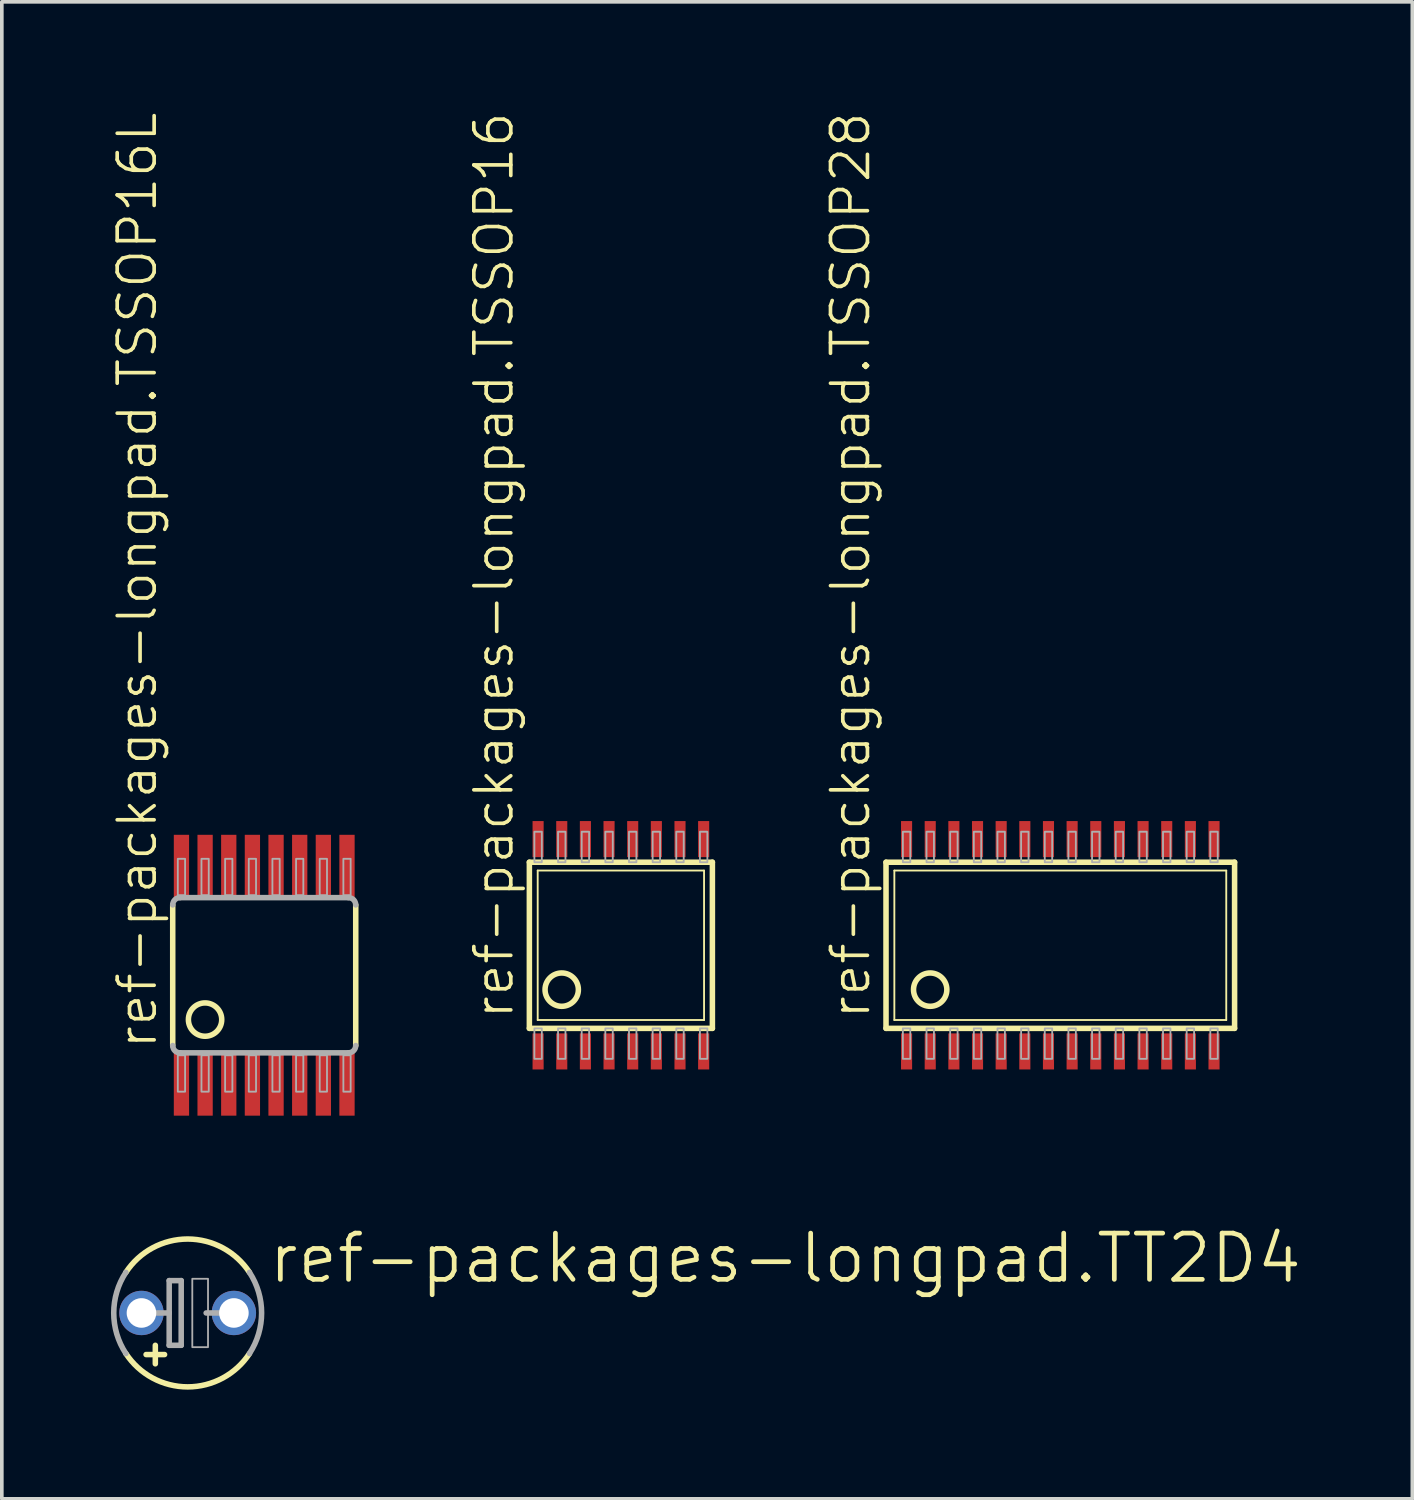
<source format=kicad_pcb>
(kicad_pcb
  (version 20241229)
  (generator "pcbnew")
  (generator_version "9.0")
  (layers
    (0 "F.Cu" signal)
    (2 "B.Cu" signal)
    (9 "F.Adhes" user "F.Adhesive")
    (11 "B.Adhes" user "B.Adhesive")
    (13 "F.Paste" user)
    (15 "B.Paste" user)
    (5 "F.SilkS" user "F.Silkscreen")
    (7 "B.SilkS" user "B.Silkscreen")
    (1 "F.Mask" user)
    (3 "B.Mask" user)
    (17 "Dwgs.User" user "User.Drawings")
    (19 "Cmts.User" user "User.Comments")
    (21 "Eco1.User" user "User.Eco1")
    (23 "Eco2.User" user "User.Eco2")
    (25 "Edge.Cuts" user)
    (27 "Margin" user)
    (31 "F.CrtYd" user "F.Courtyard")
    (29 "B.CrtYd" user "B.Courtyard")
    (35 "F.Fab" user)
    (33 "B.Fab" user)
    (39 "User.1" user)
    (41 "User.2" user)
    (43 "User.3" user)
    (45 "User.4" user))
  (footprint "ref-packages-longpad.TT2D4"
    (layer "F.Cu")
    (at 2.108 33.035)
    (property "Reference" "ref-packages-longpad.TT2D4" (at 2.159 -0.762 0) (layer "F.SilkS") (effects (font (size 1.27 1.27) (thickness 0.13)) (justify left bottom)))
    (attr through_hole)
    (fp_line (start -0.889 1.397) (end -0.889 0.889) (stroke (width 0.152) (type default)) (layer "F.SilkS"))
    (fp_line (start -0.635 1.143) (end -1.143 1.143) (stroke (width 0.152) (type default)) (layer "F.SilkS"))
    (fp_arc (start -1.6985 -1.1153) (mid 0 -2.031944) (end 1.6985 -1.1153) (stroke (width 0.1524) (type default)) (layer "F.SilkS"))
    (fp_arc (start 1.6985 1.1153) (mid 0 2.031944) (end -1.6985 1.1153) (stroke (width 0.1524) (type default)) (layer "F.SilkS"))
    (fp_line (start -1.016 0) (end -0.508 0) (stroke (width 0.152) (type default)) (layer "F.Fab"))
    (fp_line (start -0.508 -0.889) (end -0.508 0) (stroke (width 0.152) (type default)) (layer "F.Fab"))
    (fp_line (start -0.508 0) (end -0.508 0.889) (stroke (width 0.152) (type default)) (layer "F.Fab"))
    (fp_line (start -0.508 0.889) (end -0.178 0.889) (stroke (width 0.152) (type default)) (layer "F.Fab"))
    (fp_line (start -0.178 -0.889) (end -0.508 -0.889) (stroke (width 0.152) (type default)) (layer "F.Fab"))
    (fp_line (start -0.178 0.889) (end -0.178 -0.889) (stroke (width 0.152) (type default)) (layer "F.Fab"))
    (fp_line (start 0.508 0) (end 1.016 0) (stroke (width 0.152) (type default)) (layer "F.Fab"))
    (fp_rect (start 0.127 0.94) (end 0.559 -0.94) (stroke (width 0.05) (type default)) (fill no) (layer "F.Fab"))
    (fp_arc (start -1.6985 1.1153) (mid -2.031944 0) (end -1.6985 -1.1153) (stroke (width 0.1524) (type default)) (layer "F.Fab"))
    (fp_arc (start 1.6985 -1.1153) (mid 2.031944 0) (end 1.6985 1.1153) (stroke (width 0.1524) (type default)) (layer "F.Fab"))
    (pad "+" thru_hole circle (at -1.27 0) (size 1.219 1.219) (drill 0.813) (layers "*.Cu" "*.Mask"))
    (pad "-" thru_hole circle (at 1.27 0) (size 1.219 1.219) (drill 0.813) (layers "*.Cu" "*.Mask")))
  (footprint "ref-packages-longpad.TSSOP28"
    (layer "F.Cu")
    (at 26.091 22.93)
    (property "Reference" "ref-packages-longpad.TSSOP28" (at -5.171 2.083 90) (layer "F.SilkS") (effects (font (size 1.016 1.016) (thickness 0.1)) (justify left bottom)))
    (attr smd)
    (fp_line (start -4.79 2.283) (end -4.79 -2.283) (stroke (width 0.152) (type default)) (layer "F.SilkS"))
    (fp_line (start -4.79 2.283) (end 4.79 2.283) (stroke (width 0.152) (type default)) (layer "F.SilkS"))
    (fp_line (start -4.561 2.054) (end -4.561 -2.054) (stroke (width 0.051) (type default)) (layer "F.SilkS"))
    (fp_line (start -4.561 2.054) (end 4.561 2.054) (stroke (width 0.051) (type default)) (layer "F.SilkS"))
    (fp_line (start 4.561 -2.054) (end -4.561 -2.054) (stroke (width 0.051) (type default)) (layer "F.SilkS"))
    (fp_line (start 4.561 -2.054) (end 4.561 2.054) (stroke (width 0.051) (type default)) (layer "F.SilkS"))
    (fp_line (start 4.79 -2.283) (end -4.79 -2.283) (stroke (width 0.152) (type default)) (layer "F.SilkS"))
    (fp_line (start 4.79 -2.283) (end 4.79 2.283) (stroke (width 0.152) (type default)) (layer "F.SilkS"))
    (fp_circle (center -3.576 1.219) (end -3.118 1.219) (stroke (width 0.152) (type default)) (fill no) (layer "F.SilkS"))
    (fp_rect (start -4.327 -2.283) (end -4.123 -3.121) (stroke (width 0.05) (type default)) (fill no) (layer "F.Fab"))
    (fp_rect (start -4.327 3.121) (end -4.123 2.283) (stroke (width 0.05) (type default)) (fill no) (layer "F.Fab"))
    (fp_rect (start -3.677 -2.283) (end -3.473 -3.121) (stroke (width 0.05) (type default)) (fill no) (layer "F.Fab"))
    (fp_rect (start -3.677 3.121) (end -3.473 2.283) (stroke (width 0.05) (type default)) (fill no) (layer "F.Fab"))
    (fp_rect (start -3.027 -2.283) (end -2.823 -3.121) (stroke (width 0.05) (type default)) (fill no) (layer "F.Fab"))
    (fp_rect (start -3.027 3.121) (end -2.823 2.283) (stroke (width 0.05) (type default)) (fill no) (layer "F.Fab"))
    (fp_rect (start -2.377 -2.283) (end -2.173 -3.121) (stroke (width 0.05) (type default)) (fill no) (layer "F.Fab"))
    (fp_rect (start -2.377 3.121) (end -2.173 2.283) (stroke (width 0.05) (type default)) (fill no) (layer "F.Fab"))
    (fp_rect (start -1.727 -2.283) (end -1.523 -3.121) (stroke (width 0.05) (type default)) (fill no) (layer "F.Fab"))
    (fp_rect (start -1.727 3.121) (end -1.523 2.283) (stroke (width 0.05) (type default)) (fill no) (layer "F.Fab"))
    (fp_rect (start -1.077 -2.283) (end -0.873 -3.121) (stroke (width 0.05) (type default)) (fill no) (layer "F.Fab"))
    (fp_rect (start -1.077 3.121) (end -0.873 2.283) (stroke (width 0.05) (type default)) (fill no) (layer "F.Fab"))
    (fp_rect (start -0.427 -2.283) (end -0.223 -3.121) (stroke (width 0.05) (type default)) (fill no) (layer "F.Fab"))
    (fp_rect (start -0.427 3.121) (end -0.223 2.283) (stroke (width 0.05) (type default)) (fill no) (layer "F.Fab"))
    (fp_rect (start 0.223 -2.283) (end 0.427 -3.121) (stroke (width 0.05) (type default)) (fill no) (layer "F.Fab"))
    (fp_rect (start 0.223 3.121) (end 0.427 2.283) (stroke (width 0.05) (type default)) (fill no) (layer "F.Fab"))
    (fp_rect (start 0.873 -2.283) (end 1.077 -3.121) (stroke (width 0.05) (type default)) (fill no) (layer "F.Fab"))
    (fp_rect (start 0.873 3.121) (end 1.077 2.283) (stroke (width 0.05) (type default)) (fill no) (layer "F.Fab"))
    (fp_rect (start 1.523 -2.283) (end 1.727 -3.121) (stroke (width 0.05) (type default)) (fill no) (layer "F.Fab"))
    (fp_rect (start 1.523 3.121) (end 1.727 2.283) (stroke (width 0.05) (type default)) (fill no) (layer "F.Fab"))
    (fp_rect (start 2.173 -2.283) (end 2.377 -3.121) (stroke (width 0.05) (type default)) (fill no) (layer "F.Fab"))
    (fp_rect (start 2.173 3.121) (end 2.377 2.283) (stroke (width 0.05) (type default)) (fill no) (layer "F.Fab"))
    (fp_rect (start 2.823 -2.283) (end 3.027 -3.121) (stroke (width 0.05) (type default)) (fill no) (layer "F.Fab"))
    (fp_rect (start 2.823 3.121) (end 3.027 2.283) (stroke (width 0.05) (type default)) (fill no) (layer "F.Fab"))
    (fp_rect (start 3.473 -2.283) (end 3.677 -3.121) (stroke (width 0.05) (type default)) (fill no) (layer "F.Fab"))
    (fp_rect (start 3.473 3.121) (end 3.677 2.283) (stroke (width 0.05) (type default)) (fill no) (layer "F.Fab"))
    (fp_rect (start 4.123 -2.283) (end 4.327 -3.121) (stroke (width 0.05) (type default)) (fill no) (layer "F.Fab"))
    (fp_rect (start 4.123 3.121) (end 4.327 2.283) (stroke (width 0.05) (type default)) (fill no) (layer "F.Fab"))
    (pad "1" smd roundrect (at -4.225 2.918) (size 0.305 0.991) (layers "F.Cu" "F.Mask" "F.Paste") (roundrect_rratio 0.01))
    (pad "2" smd roundrect (at -3.575 2.918) (size 0.305 0.991) (layers "F.Cu" "F.Mask" "F.Paste") (roundrect_rratio 0.01))
    (pad "3" smd roundrect (at -2.925 2.918) (size 0.305 0.991) (layers "F.Cu" "F.Mask" "F.Paste") (roundrect_rratio 0.01))
    (pad "4" smd roundrect (at -2.275 2.918) (size 0.305 0.991) (layers "F.Cu" "F.Mask" "F.Paste") (roundrect_rratio 0.01))
    (pad "5" smd roundrect (at -1.625 2.918) (size 0.305 0.991) (layers "F.Cu" "F.Mask" "F.Paste") (roundrect_rratio 0.01))
    (pad "6" smd roundrect (at -0.975 2.918) (size 0.305 0.991) (layers "F.Cu" "F.Mask" "F.Paste") (roundrect_rratio 0.01))
    (pad "7" smd roundrect (at -0.325 2.918) (size 0.305 0.991) (layers "F.Cu" "F.Mask" "F.Paste") (roundrect_rratio 0.01))
    (pad "8" smd roundrect (at 0.325 2.918) (size 0.305 0.991) (layers "F.Cu" "F.Mask" "F.Paste") (roundrect_rratio 0.01))
    (pad "9" smd roundrect (at 0.975 2.918) (size 0.305 0.991) (layers "F.Cu" "F.Mask" "F.Paste") (roundrect_rratio 0.01))
    (pad "10" smd roundrect (at 1.625 2.918) (size 0.305 0.991) (layers "F.Cu" "F.Mask" "F.Paste") (roundrect_rratio 0.01))
    (pad "11" smd roundrect (at 2.275 2.918) (size 0.305 0.991) (layers "F.Cu" "F.Mask" "F.Paste") (roundrect_rratio 0.01))
    (pad "12" smd roundrect (at 2.925 2.918) (size 0.305 0.991) (layers "F.Cu" "F.Mask" "F.Paste") (roundrect_rratio 0.01))
    (pad "13" smd roundrect (at 3.575 2.918) (size 0.305 0.991) (layers "F.Cu" "F.Mask" "F.Paste") (roundrect_rratio 0.01))
    (pad "14" smd roundrect (at 4.225 2.918) (size 0.305 0.991) (layers "F.Cu" "F.Mask" "F.Paste") (roundrect_rratio 0.01))
    (pad "15" smd roundrect (at 4.225 -2.918) (size 0.305 0.991) (layers "F.Cu" "F.Mask" "F.Paste") (roundrect_rratio 0.01))
    (pad "16" smd roundrect (at 3.575 -2.918) (size 0.305 0.991) (layers "F.Cu" "F.Mask" "F.Paste") (roundrect_rratio 0.01))
    (pad "17" smd roundrect (at 2.925 -2.918) (size 0.305 0.991) (layers "F.Cu" "F.Mask" "F.Paste") (roundrect_rratio 0.01))
    (pad "18" smd roundrect (at 2.275 -2.918) (size 0.305 0.991) (layers "F.Cu" "F.Mask" "F.Paste") (roundrect_rratio 0.01))
    (pad "19" smd roundrect (at 1.625 -2.918) (size 0.305 0.991) (layers "F.Cu" "F.Mask" "F.Paste") (roundrect_rratio 0.01))
    (pad "20" smd roundrect (at 0.975 -2.918) (size 0.305 0.991) (layers "F.Cu" "F.Mask" "F.Paste") (roundrect_rratio 0.01))
    (pad "21" smd roundrect (at 0.325 -2.918) (size 0.305 0.991) (layers "F.Cu" "F.Mask" "F.Paste") (roundrect_rratio 0.01))
    (pad "22" smd roundrect (at -0.325 -2.918) (size 0.305 0.991) (layers "F.Cu" "F.Mask" "F.Paste") (roundrect_rratio 0.01))
    (pad "23" smd roundrect (at -0.975 -2.918) (size 0.305 0.991) (layers "F.Cu" "F.Mask" "F.Paste") (roundrect_rratio 0.01))
    (pad "24" smd roundrect (at -1.625 -2.918) (size 0.305 0.991) (layers "F.Cu" "F.Mask" "F.Paste") (roundrect_rratio 0.01))
    (pad "25" smd roundrect (at -2.275 -2.918) (size 0.305 0.991) (layers "F.Cu" "F.Mask" "F.Paste") (roundrect_rratio 0.01))
    (pad "26" smd roundrect (at -2.925 -2.918) (size 0.305 0.991) (layers "F.Cu" "F.Mask" "F.Paste") (roundrect_rratio 0.01))
    (pad "27" smd roundrect (at -3.575 -2.918) (size 0.305 0.991) (layers "F.Cu" "F.Mask" "F.Paste") (roundrect_rratio 0.01))
    (pad "28" smd roundrect (at -4.225 -2.918) (size 0.305 0.991) (layers "F.Cu" "F.Mask" "F.Paste") (roundrect_rratio 0.01)))
  (footprint "ref-packages-longpad.TSSOP16L"
    (layer "F.Cu")
    (at 4.212 23.753)
    (property "Reference" "ref-packages-longpad.TSSOP16L" (at -2.896 2.083 90) (layer "F.SilkS") (effects (font (size 1.016 1.016) (thickness 0.1)) (justify left bottom)))
    (attr smd)
    (fp_line (start -2.515 1.933) (end -2.515 -1.933) (stroke (width 0.152) (type default)) (layer "F.SilkS"))
    (fp_line (start 2.515 -1.933) (end 2.515 1.933) (stroke (width 0.152) (type default)) (layer "F.SilkS"))
    (fp_circle (center -1.626 1.219) (end -1.168 1.219) (stroke (width 0.152) (type default)) (fill no) (layer "F.SilkS"))
    (fp_line (start -2.315 -2.133) (end 2.315 -2.133) (stroke (width 0.152) (type default)) (layer "F.Fab"))
    (fp_line (start 2.315 2.133) (end -2.315 2.133) (stroke (width 0.152) (type default)) (layer "F.Fab"))
    (fp_rect (start -2.375 -2.2) (end -2.175 -3.2) (stroke (width 0.05) (type default)) (fill no) (layer "F.Fab"))
    (fp_rect (start -2.375 3.2) (end -2.175 2.2) (stroke (width 0.05) (type default)) (fill no) (layer "F.Fab"))
    (fp_rect (start -1.725 -2.2) (end -1.525 -3.2) (stroke (width 0.05) (type default)) (fill no) (layer "F.Fab"))
    (fp_rect (start -1.725 3.2) (end -1.525 2.2) (stroke (width 0.05) (type default)) (fill no) (layer "F.Fab"))
    (fp_rect (start -1.075 -2.2) (end -0.875 -3.2) (stroke (width 0.05) (type default)) (fill no) (layer "F.Fab"))
    (fp_rect (start -1.075 3.2) (end -0.875 2.2) (stroke (width 0.05) (type default)) (fill no) (layer "F.Fab"))
    (fp_rect (start -0.425 -2.2) (end -0.225 -3.2) (stroke (width 0.05) (type default)) (fill no) (layer "F.Fab"))
    (fp_rect (start -0.425 3.2) (end -0.225 2.2) (stroke (width 0.05) (type default)) (fill no) (layer "F.Fab"))
    (fp_rect (start 0.225 -2.2) (end 0.425 -3.2) (stroke (width 0.05) (type default)) (fill no) (layer "F.Fab"))
    (fp_rect (start 0.225 3.2) (end 0.425 2.2) (stroke (width 0.05) (type default)) (fill no) (layer "F.Fab"))
    (fp_rect (start 0.875 -2.2) (end 1.075 -3.2) (stroke (width 0.05) (type default)) (fill no) (layer "F.Fab"))
    (fp_rect (start 0.875 3.2) (end 1.075 2.2) (stroke (width 0.05) (type default)) (fill no) (layer "F.Fab"))
    (fp_rect (start 1.525 -2.2) (end 1.725 -3.2) (stroke (width 0.05) (type default)) (fill no) (layer "F.Fab"))
    (fp_rect (start 1.525 3.2) (end 1.725 2.2) (stroke (width 0.05) (type default)) (fill no) (layer "F.Fab"))
    (fp_rect (start 2.175 -2.2) (end 2.375 -3.2) (stroke (width 0.05) (type default)) (fill no) (layer "F.Fab"))
    (fp_rect (start 2.175 3.2) (end 2.375 2.2) (stroke (width 0.05) (type default)) (fill no) (layer "F.Fab"))
    (fp_arc (start -2.5146 -1.9328) (mid -2.456021 -2.074221) (end -2.3146 -2.1328) (stroke (width 0.1524) (type default)) (layer "F.Fab"))
    (fp_arc (start -2.3146 2.1328) (mid -2.456021 2.074221) (end -2.5146 1.9328) (stroke (width 0.1524) (type default)) (layer "F.Fab"))
    (fp_arc (start 2.3146 -2.1328) (mid 2.456021 -2.074221) (end 2.5146 -1.9328) (stroke (width 0.1524) (type default)) (layer "F.Fab"))
    (fp_arc (start 2.5146 1.9328) (mid 2.456021 2.074221) (end 2.3146 2.1328) (stroke (width 0.1524) (type default)) (layer "F.Fab"))
    (pad "1" smd roundrect (at -2.275 2.97) (size 0.42 1.78) (layers "F.Cu" "F.Mask" "F.Paste") (roundrect_rratio 0.01))
    (pad "2" smd roundrect (at -1.625 2.97) (size 0.42 1.78) (layers "F.Cu" "F.Mask" "F.Paste") (roundrect_rratio 0.01))
    (pad "3" smd roundrect (at -0.975 2.97) (size 0.42 1.78) (layers "F.Cu" "F.Mask" "F.Paste") (roundrect_rratio 0.01))
    (pad "4" smd roundrect (at -0.325 2.97) (size 0.42 1.78) (layers "F.Cu" "F.Mask" "F.Paste") (roundrect_rratio 0.01))
    (pad "5" smd roundrect (at 0.325 2.97) (size 0.42 1.78) (layers "F.Cu" "F.Mask" "F.Paste") (roundrect_rratio 0.01))
    (pad "6" smd roundrect (at 0.975 2.97) (size 0.42 1.78) (layers "F.Cu" "F.Mask" "F.Paste") (roundrect_rratio 0.01))
    (pad "7" smd roundrect (at 1.625 2.97) (size 0.42 1.78) (layers "F.Cu" "F.Mask" "F.Paste") (roundrect_rratio 0.01))
    (pad "8" smd roundrect (at 2.275 2.97) (size 0.42 1.78) (layers "F.Cu" "F.Mask" "F.Paste") (roundrect_rratio 0.01))
    (pad "9" smd roundrect (at 2.275 -2.97 180) (size 0.42 1.78) (layers "F.Cu" "F.Mask" "F.Paste") (roundrect_rratio 0.01))
    (pad "10" smd roundrect (at 1.625 -2.97 180) (size 0.42 1.78) (layers "F.Cu" "F.Mask" "F.Paste") (roundrect_rratio 0.01))
    (pad "11" smd roundrect (at 0.975 -2.97 180) (size 0.42 1.78) (layers "F.Cu" "F.Mask" "F.Paste") (roundrect_rratio 0.01))
    (pad "12" smd roundrect (at 0.325 -2.97 180) (size 0.42 1.78) (layers "F.Cu" "F.Mask" "F.Paste") (roundrect_rratio 0.01))
    (pad "13" smd roundrect (at -0.325 -2.97 180) (size 0.42 1.78) (layers "F.Cu" "F.Mask" "F.Paste") (roundrect_rratio 0.01))
    (pad "14" smd roundrect (at -0.975 -2.97 180) (size 0.42 1.78) (layers "F.Cu" "F.Mask" "F.Paste") (roundrect_rratio 0.01))
    (pad "15" smd roundrect (at -1.625 -2.97 180) (size 0.42 1.78) (layers "F.Cu" "F.Mask" "F.Paste") (roundrect_rratio 0.01))
    (pad "16" smd roundrect (at -2.275 -2.97 180) (size 0.42 1.78) (layers "F.Cu" "F.Mask" "F.Paste") (roundrect_rratio 0.01)))
  (footprint "ref-packages-longpad.TSSOP16"
    (layer "F.Cu")
    (at 14.014 22.93)
    (property "Reference" "ref-packages-longpad.TSSOP16" (at -2.896 2.083 90) (layer "F.SilkS") (effects (font (size 1.016 1.016) (thickness 0.1)) (justify left bottom)))
    (attr smd)
    (fp_line (start -2.515 2.283) (end -2.515 -2.283) (stroke (width 0.152) (type default)) (layer "F.SilkS"))
    (fp_line (start -2.515 2.283) (end 2.515 2.283) (stroke (width 0.152) (type default)) (layer "F.SilkS"))
    (fp_line (start -2.286 2.054) (end -2.286 -2.054) (stroke (width 0.051) (type default)) (layer "F.SilkS"))
    (fp_line (start -2.286 2.054) (end 2.286 2.054) (stroke (width 0.051) (type default)) (layer "F.SilkS"))
    (fp_line (start 2.286 -2.054) (end -2.286 -2.054) (stroke (width 0.051) (type default)) (layer "F.SilkS"))
    (fp_line (start 2.286 -2.054) (end 2.286 2.054) (stroke (width 0.051) (type default)) (layer "F.SilkS"))
    (fp_line (start 2.515 -2.283) (end -2.515 -2.283) (stroke (width 0.152) (type default)) (layer "F.SilkS"))
    (fp_line (start 2.515 -2.283) (end 2.515 2.283) (stroke (width 0.152) (type default)) (layer "F.SilkS"))
    (fp_circle (center -1.626 1.219) (end -1.168 1.219) (stroke (width 0.152) (type default)) (fill no) (layer "F.SilkS"))
    (fp_rect (start -2.377 -2.283) (end -2.173 -3.121) (stroke (width 0.05) (type default)) (fill no) (layer "F.Fab"))
    (fp_rect (start -2.377 3.121) (end -2.173 2.283) (stroke (width 0.05) (type default)) (fill no) (layer "F.Fab"))
    (fp_rect (start -1.727 -2.283) (end -1.523 -3.121) (stroke (width 0.05) (type default)) (fill no) (layer "F.Fab"))
    (fp_rect (start -1.727 3.121) (end -1.523 2.283) (stroke (width 0.05) (type default)) (fill no) (layer "F.Fab"))
    (fp_rect (start -1.077 -2.283) (end -0.873 -3.121) (stroke (width 0.05) (type default)) (fill no) (layer "F.Fab"))
    (fp_rect (start -1.077 3.121) (end -0.873 2.283) (stroke (width 0.05) (type default)) (fill no) (layer "F.Fab"))
    (fp_rect (start -0.427 -2.283) (end -0.223 -3.121) (stroke (width 0.05) (type default)) (fill no) (layer "F.Fab"))
    (fp_rect (start -0.427 3.121) (end -0.223 2.283) (stroke (width 0.05) (type default)) (fill no) (layer "F.Fab"))
    (fp_rect (start 0.223 -2.283) (end 0.427 -3.121) (stroke (width 0.05) (type default)) (fill no) (layer "F.Fab"))
    (fp_rect (start 0.223 3.121) (end 0.427 2.283) (stroke (width 0.05) (type default)) (fill no) (layer "F.Fab"))
    (fp_rect (start 0.873 -2.283) (end 1.077 -3.121) (stroke (width 0.05) (type default)) (fill no) (layer "F.Fab"))
    (fp_rect (start 0.873 3.121) (end 1.077 2.283) (stroke (width 0.05) (type default)) (fill no) (layer "F.Fab"))
    (fp_rect (start 1.523 -2.283) (end 1.727 -3.121) (stroke (width 0.05) (type default)) (fill no) (layer "F.Fab"))
    (fp_rect (start 1.523 3.121) (end 1.727 2.283) (stroke (width 0.05) (type default)) (fill no) (layer "F.Fab"))
    (fp_rect (start 2.173 -2.283) (end 2.377 -3.121) (stroke (width 0.05) (type default)) (fill no) (layer "F.Fab"))
    (fp_rect (start 2.173 3.121) (end 2.377 2.283) (stroke (width 0.05) (type default)) (fill no) (layer "F.Fab"))
    (pad "1" smd roundrect (at -2.275 2.918) (size 0.305 0.991) (layers "F.Cu" "F.Mask" "F.Paste") (roundrect_rratio 0.01))
    (pad "2" smd roundrect (at -1.625 2.918) (size 0.305 0.991) (layers "F.Cu" "F.Mask" "F.Paste") (roundrect_rratio 0.01))
    (pad "3" smd roundrect (at -0.975 2.918) (size 0.305 0.991) (layers "F.Cu" "F.Mask" "F.Paste") (roundrect_rratio 0.01))
    (pad "4" smd roundrect (at -0.325 2.918) (size 0.305 0.991) (layers "F.Cu" "F.Mask" "F.Paste") (roundrect_rratio 0.01))
    (pad "5" smd roundrect (at 0.325 2.918) (size 0.305 0.991) (layers "F.Cu" "F.Mask" "F.Paste") (roundrect_rratio 0.01))
    (pad "6" smd roundrect (at 0.975 2.918) (size 0.305 0.991) (layers "F.Cu" "F.Mask" "F.Paste") (roundrect_rratio 0.01))
    (pad "7" smd roundrect (at 1.625 2.918) (size 0.305 0.991) (layers "F.Cu" "F.Mask" "F.Paste") (roundrect_rratio 0.01))
    (pad "8" smd roundrect (at 2.275 2.918) (size 0.305 0.991) (layers "F.Cu" "F.Mask" "F.Paste") (roundrect_rratio 0.01))
    (pad "9" smd roundrect (at 2.275 -2.918) (size 0.305 0.991) (layers "F.Cu" "F.Mask" "F.Paste") (roundrect_rratio 0.01))
    (pad "10" smd roundrect (at 1.625 -2.918) (size 0.305 0.991) (layers "F.Cu" "F.Mask" "F.Paste") (roundrect_rratio 0.01))
    (pad "11" smd roundrect (at 0.975 -2.918) (size 0.305 0.991) (layers "F.Cu" "F.Mask" "F.Paste") (roundrect_rratio 0.01))
    (pad "12" smd roundrect (at 0.325 -2.918) (size 0.305 0.991) (layers "F.Cu" "F.Mask" "F.Paste") (roundrect_rratio 0.01))
    (pad "13" smd roundrect (at -0.325 -2.918) (size 0.305 0.991) (layers "F.Cu" "F.Mask" "F.Paste") (roundrect_rratio 0.01))
    (pad "14" smd roundrect (at -0.975 -2.918) (size 0.305 0.991) (layers "F.Cu" "F.Mask" "F.Paste") (roundrect_rratio 0.01))
    (pad "15" smd roundrect (at -1.625 -2.918) (size 0.305 0.991) (layers "F.Cu" "F.Mask" "F.Paste") (roundrect_rratio 0.01))
    (pad "16" smd roundrect (at -2.275 -2.918) (size 0.305 0.991) (layers "F.Cu" "F.Mask" "F.Paste") (roundrect_rratio 0.01)))
  (gr_rect
    (start -3 -3)
    (end 35.766 38.143)
    (stroke (width 0.1) (type default))
    (fill no)
    (layer "Edge.Cuts")))
</source>
